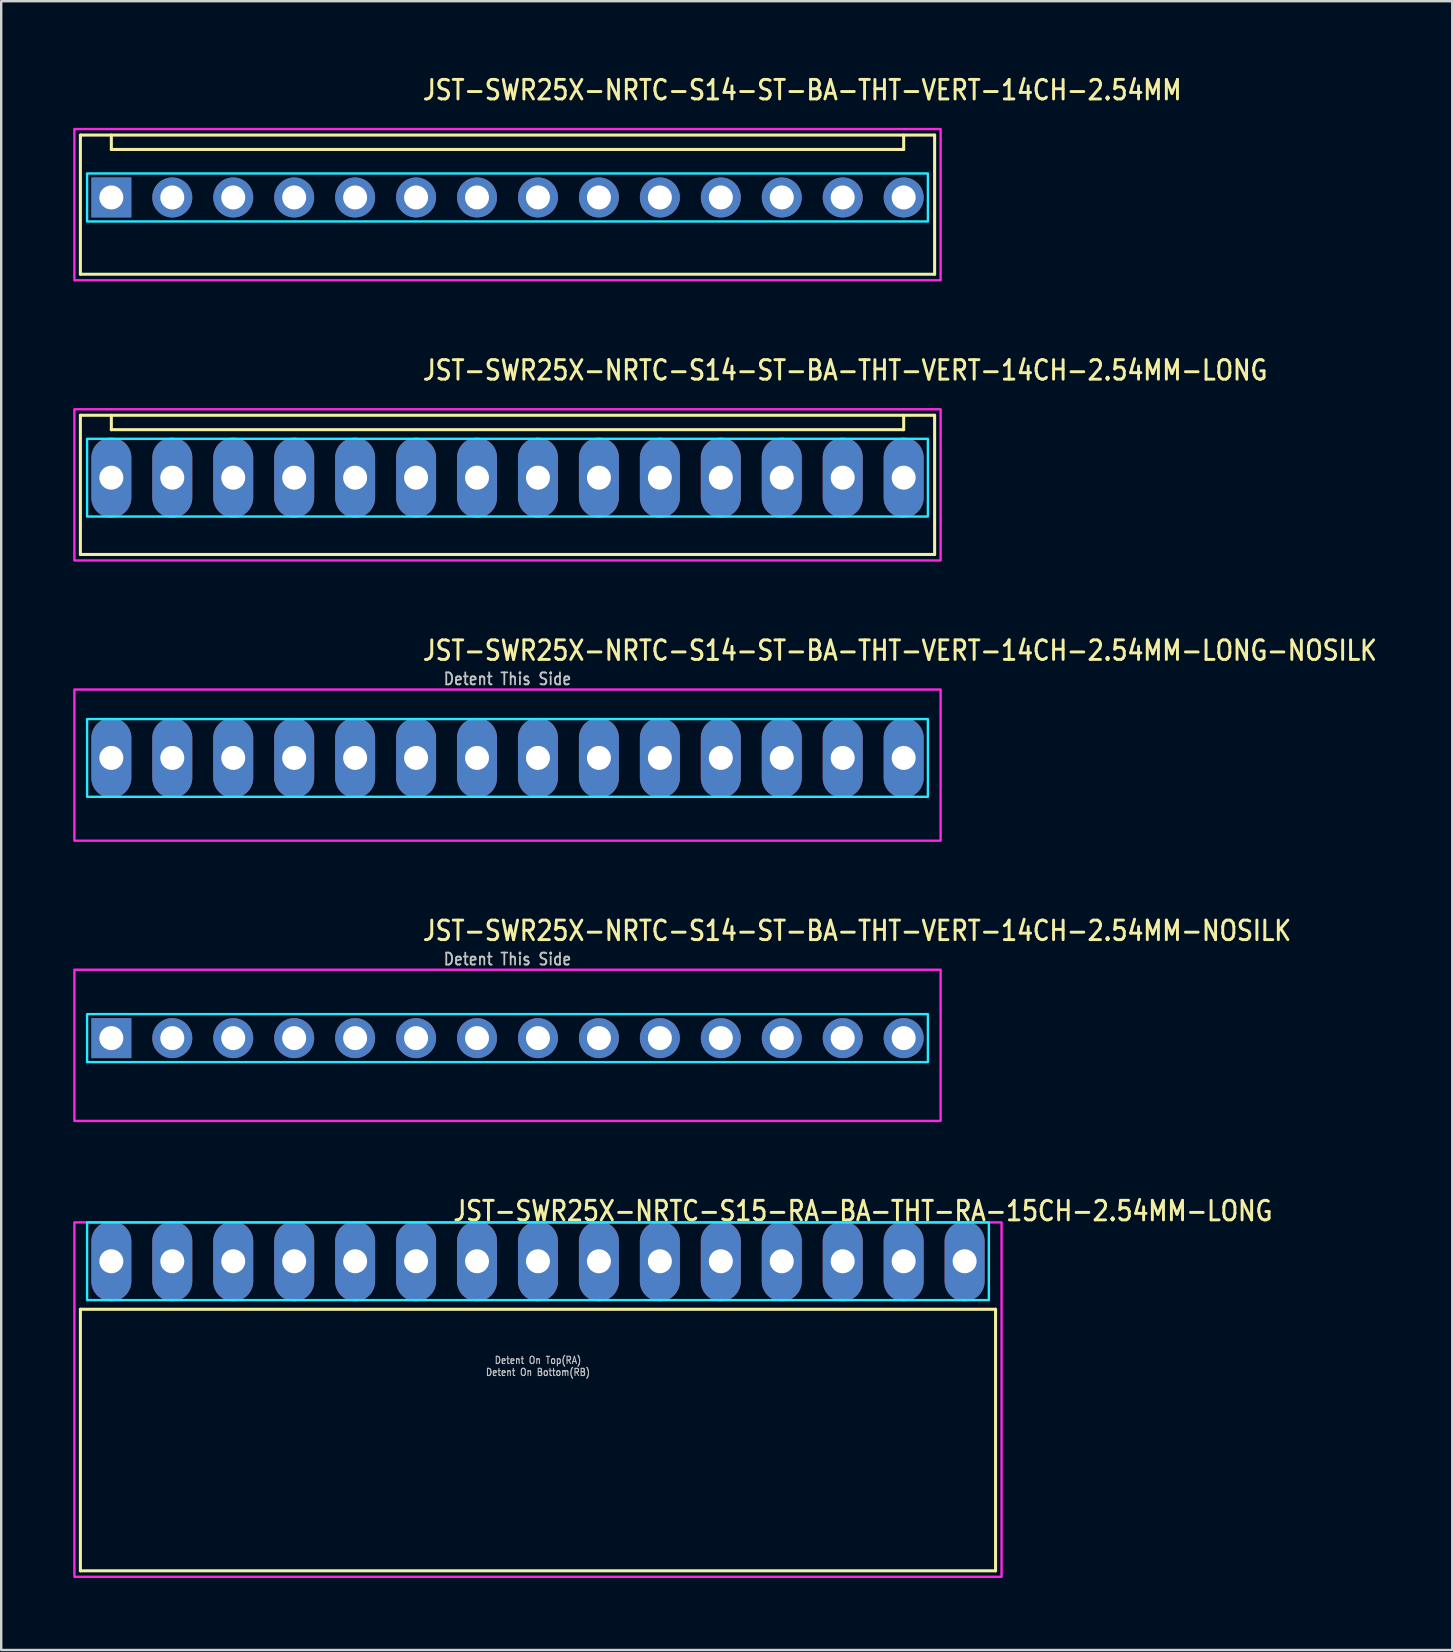
<source format=kicad_pcb>
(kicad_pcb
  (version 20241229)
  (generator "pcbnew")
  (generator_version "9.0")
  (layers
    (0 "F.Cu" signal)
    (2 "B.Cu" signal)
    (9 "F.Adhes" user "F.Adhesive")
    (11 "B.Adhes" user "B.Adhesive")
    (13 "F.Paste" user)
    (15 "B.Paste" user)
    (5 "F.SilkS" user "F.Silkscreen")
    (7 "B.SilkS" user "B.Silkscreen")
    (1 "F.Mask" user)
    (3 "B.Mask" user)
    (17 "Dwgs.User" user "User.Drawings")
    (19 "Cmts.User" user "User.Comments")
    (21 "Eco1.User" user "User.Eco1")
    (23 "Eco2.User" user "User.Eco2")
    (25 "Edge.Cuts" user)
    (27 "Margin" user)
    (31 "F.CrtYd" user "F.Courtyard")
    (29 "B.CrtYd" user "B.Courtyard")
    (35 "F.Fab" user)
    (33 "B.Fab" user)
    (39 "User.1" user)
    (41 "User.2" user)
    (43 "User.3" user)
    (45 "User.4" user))
  (footprint "JST-SWR25X-NRTC-S14-ST-BA-THT-VERT-14CH-2.54MM-NOSILK"
    (layer "F.Cu")
    (at 18.1 40.214)
    (property "Reference" "JST-SWR25X-NRTC-S14-ST-BA-THT-VERT-14CH-2.54MM-NOSILK" (at -3.6 -4 0) (unlocked yes) (layer "F.SilkS") (effects (font (size 0.813 0.695) (thickness 0.122)) (justify left bottom)))
    (fp_poly (pts (xy -17.52 -1) (xy -17.52 1) (xy 17.52 1) (xy 17.52 -1)) (stroke (width 0.1) (type solid)) (fill no) (layer "B.CrtYd"))
    (fp_poly (pts (xy -18.05 -2.85) (xy -18.05 3.45) (xy 18.05 3.45) (xy 18.05 -2.85)) (stroke (width 0.1) (type solid)) (fill no) (layer "F.CrtYd"))
    (fp_text user "Detent This Side" (at 0 -3 0) (unlocked yes) (layer "Dwgs.User") (effects (font (size 0.5 0.427) (thickness 0.075)) (justify bottom)))
    (pad "P$1" thru_hole rect (at -16.51 0) (size 1.667 1.667) (drill 1) (layers "*.Cu" "*.Mask"))
    (pad "P$2" thru_hole oval (at -13.97 0) (size 1.667 1.667) (drill 1) (layers "*.Cu" "*.Mask"))
    (pad "P$3" thru_hole oval (at -11.43 0) (size 1.667 1.667) (drill 1) (layers "*.Cu" "*.Mask"))
    (pad "P$4" thru_hole oval (at -8.89 0) (size 1.667 1.667) (drill 1) (layers "*.Cu" "*.Mask"))
    (pad "P$5" thru_hole oval (at -6.35 0) (size 1.667 1.667) (drill 1) (layers "*.Cu" "*.Mask"))
    (pad "P$6" thru_hole oval (at -3.81 0) (size 1.667 1.667) (drill 1) (layers "*.Cu" "*.Mask"))
    (pad "P$7" thru_hole oval (at -1.27 0) (size 1.667 1.667) (drill 1) (layers "*.Cu" "*.Mask"))
    (pad "P$8" thru_hole oval (at 1.27 0) (size 1.667 1.667) (drill 1) (layers "*.Cu" "*.Mask"))
    (pad "P$9" thru_hole oval (at 3.81 0) (size 1.667 1.667) (drill 1) (layers "*.Cu" "*.Mask"))
    (pad "P$10" thru_hole oval (at 6.35 0) (size 1.667 1.667) (drill 1) (layers "*.Cu" "*.Mask"))
    (pad "P$11" thru_hole oval (at 8.89 0) (size 1.667 1.667) (drill 1) (layers "*.Cu" "*.Mask"))
    (pad "P$12" thru_hole oval (at 11.43 0) (size 1.667 1.667) (drill 1) (layers "*.Cu" "*.Mask"))
    (pad "P$13" thru_hole oval (at 13.97 0) (size 1.667 1.667) (drill 1) (layers "*.Cu" "*.Mask"))
    (pad "P$14" thru_hole oval (at 16.51 0) (size 1.667 1.667) (drill 1) (layers "*.Cu" "*.Mask")))
  (footprint "JST-SWR25X-NRTC-S14-ST-BA-THT-VERT-14CH-2.54MM"
    (layer "F.Cu")
    (at 18.1 5.179)
    (property "Reference" "JST-SWR25X-NRTC-S14-ST-BA-THT-VERT-14CH-2.54MM" (at -3.6 -4 0) (unlocked yes) (layer "F.SilkS") (effects (font (size 0.813 0.695) (thickness 0.122)) (justify left bottom)))
    (fp_line (start -17.8 -2.6) (end 17.8 -2.6) (stroke (width 0.127) (type solid)) (layer "F.SilkS"))
    (fp_line (start -17.8 3.2) (end -17.8 -2.6) (stroke (width 0.127) (type solid)) (layer "F.SilkS"))
    (fp_line (start -17.8 3.2) (end 17.8 3.2) (stroke (width 0.127) (type solid)) (layer "F.SilkS"))
    (fp_line (start -16.51 -2.6) (end -16.51 -2) (stroke (width 0.127) (type solid)) (layer "F.SilkS"))
    (fp_line (start -16.51 -2) (end 16.51 -2) (stroke (width 0.127) (type solid)) (layer "F.SilkS"))
    (fp_line (start 16.51 -2.6) (end 16.51 -2) (stroke (width 0.127) (type solid)) (layer "F.SilkS"))
    (fp_line (start 17.8 -2.6) (end 17.8 3.2) (stroke (width 0.127) (type solid)) (layer "F.SilkS"))
    (fp_poly (pts (xy -17.52 -1) (xy -17.52 1) (xy 17.52 1) (xy 17.52 -1)) (stroke (width 0.1) (type solid)) (fill no) (layer "B.CrtYd"))
    (fp_poly (pts (xy -18.05 -2.85) (xy -18.05 3.45) (xy 18.05 3.45) (xy 18.05 -2.85)) (stroke (width 0.1) (type solid)) (fill no) (layer "F.CrtYd"))
    (pad "1" thru_hole rect (at -16.51 0) (size 1.667 1.667) (drill 1) (layers "*.Cu" "*.Mask"))
    (pad "2" thru_hole oval (at -13.97 0) (size 1.667 1.667) (drill 1) (layers "*.Cu" "*.Mask"))
    (pad "3" thru_hole oval (at -11.43 0) (size 1.667 1.667) (drill 1) (layers "*.Cu" "*.Mask"))
    (pad "4" thru_hole oval (at -8.89 0) (size 1.667 1.667) (drill 1) (layers "*.Cu" "*.Mask"))
    (pad "5" thru_hole oval (at -6.35 0) (size 1.667 1.667) (drill 1) (layers "*.Cu" "*.Mask"))
    (pad "6" thru_hole oval (at -3.81 0) (size 1.667 1.667) (drill 1) (layers "*.Cu" "*.Mask"))
    (pad "7" thru_hole oval (at -1.27 0) (size 1.667 1.667) (drill 1) (layers "*.Cu" "*.Mask"))
    (pad "8" thru_hole oval (at 1.27 0) (size 1.667 1.667) (drill 1) (layers "*.Cu" "*.Mask"))
    (pad "9" thru_hole oval (at 3.81 0) (size 1.667 1.667) (drill 1) (layers "*.Cu" "*.Mask"))
    (pad "10" thru_hole oval (at 6.35 0) (size 1.667 1.667) (drill 1) (layers "*.Cu" "*.Mask"))
    (pad "11" thru_hole oval (at 8.89 0) (size 1.667 1.667) (drill 1) (layers "*.Cu" "*.Mask"))
    (pad "12" thru_hole oval (at 11.43 0) (size 1.667 1.667) (drill 1) (layers "*.Cu" "*.Mask"))
    (pad "13" thru_hole oval (at 13.97 0) (size 1.667 1.667) (drill 1) (layers "*.Cu" "*.Mask"))
    (pad "14" thru_hole oval (at 16.51 0) (size 1.667 1.667) (drill 1) (layers "*.Cu" "*.Mask")))
  (footprint "JST-SWR25X-NRTC-S14-ST-BA-THT-VERT-14CH-2.54MM-LONG-NOSILK"
    (layer "F.Cu")
    (at 18.1 28.536)
    (property "Reference" "JST-SWR25X-NRTC-S14-ST-BA-THT-VERT-14CH-2.54MM-LONG-NOSILK" (at -3.6 -4 0) (unlocked yes) (layer "F.SilkS") (effects (font (size 0.813 0.695) (thickness 0.122)) (justify left bottom)))
    (fp_poly (pts (xy -17.52 -1.62) (xy -17.52 1.62) (xy 17.52 1.62) (xy 17.52 -1.62)) (stroke (width 0.1) (type solid)) (fill no) (layer "B.CrtYd"))
    (fp_poly (pts (xy -18.05 -2.85) (xy -18.05 3.45) (xy 18.05 3.45) (xy 18.05 -2.85)) (stroke (width 0.1) (type solid)) (fill no) (layer "F.CrtYd"))
    (fp_text user "Detent This Side" (at 0 -3 0) (unlocked yes) (layer "Dwgs.User") (effects (font (size 0.5 0.427) (thickness 0.075)) (justify bottom)))
    (pad "1" thru_hole oval (at -16.51 0 90) (size 3.333 1.667) (drill 1) (layers "*.Cu" "*.Mask"))
    (pad "2" thru_hole oval (at -13.97 0 90) (size 3.333 1.667) (drill 1) (layers "*.Cu" "*.Mask"))
    (pad "3" thru_hole oval (at -11.43 0 90) (size 3.333 1.667) (drill 1) (layers "*.Cu" "*.Mask"))
    (pad "4" thru_hole oval (at -8.89 0 90) (size 3.333 1.667) (drill 1) (layers "*.Cu" "*.Mask"))
    (pad "5" thru_hole oval (at -6.35 0 90) (size 3.333 1.667) (drill 1) (layers "*.Cu" "*.Mask"))
    (pad "6" thru_hole oval (at -3.81 0 90) (size 3.333 1.667) (drill 1) (layers "*.Cu" "*.Mask"))
    (pad "7" thru_hole oval (at -1.27 0 90) (size 3.333 1.667) (drill 1) (layers "*.Cu" "*.Mask"))
    (pad "8" thru_hole oval (at 1.27 0 90) (size 3.333 1.667) (drill 1) (layers "*.Cu" "*.Mask"))
    (pad "9" thru_hole oval (at 3.81 0 90) (size 3.333 1.667) (drill 1) (layers "*.Cu" "*.Mask"))
    (pad "10" thru_hole oval (at 6.35 0 90) (size 3.333 1.667) (drill 1) (layers "*.Cu" "*.Mask"))
    (pad "11" thru_hole oval (at 8.89 0 90) (size 3.333 1.667) (drill 1) (layers "*.Cu" "*.Mask"))
    (pad "12" thru_hole oval (at 11.43 0 90) (size 3.333 1.667) (drill 1) (layers "*.Cu" "*.Mask"))
    (pad "13" thru_hole oval (at 13.97 0 90) (size 3.333 1.667) (drill 1) (layers "*.Cu" "*.Mask"))
    (pad "14" thru_hole oval (at 16.51 0 90) (size 3.333 1.667) (drill 1) (layers "*.Cu" "*.Mask")))
  (footprint "JST-SWR25X-NRTC-S15-RA-BA-THT-RA-15CH-2.54MM-LONG"
    (layer "F.Cu")
    (at 19.37 49.513)
    (property "Reference" "JST-SWR25X-NRTC-S15-RA-BA-THT-RA-15CH-2.54MM-LONG" (at -3.6 -1.62 0) (unlocked yes) (layer "F.SilkS") (effects (font (size 0.813 0.695) (thickness 0.122)) (justify left bottom)))
    (fp_line (start -19.07 2) (end 19.07 2) (stroke (width 0.127) (type solid)) (layer "F.SilkS"))
    (fp_line (start -19.07 12.9) (end -19.07 2) (stroke (width 0.127) (type solid)) (layer "F.SilkS"))
    (fp_line (start -19.07 12.9) (end 19.07 12.9) (stroke (width 0.127) (type solid)) (layer "F.SilkS"))
    (fp_line (start 19.07 2) (end 19.07 12.9) (stroke (width 0.127) (type solid)) (layer "F.SilkS"))
    (fp_poly (pts (xy -18.79 -1.62) (xy -18.79 1.62) (xy 18.79 1.62) (xy 18.79 -1.62)) (stroke (width 0.1) (type solid)) (fill no) (layer "B.CrtYd"))
    (fp_poly (pts (xy -19.32 -1.62) (xy -19.32 13.15) (xy 19.32 13.15) (xy 19.32 -1.62)) (stroke (width 0.1) (type solid)) (fill no) (layer "F.CrtYd"))
    (fp_text user "Detent On Top(RA)" (at 0 4.3 0) (unlocked yes) (layer "Dwgs.User") (effects (font (size 0.3 0.257) (thickness 0.045)) (justify bottom)))
    (fp_text user "Detent On Bottom(RB)" (at 0 4.8 0) (unlocked yes) (layer "Dwgs.User") (effects (font (size 0.3 0.257) (thickness 0.045)) (justify bottom)))
    (pad "1" thru_hole oval (at -17.78 0 90) (size 3.333 1.667) (drill 1) (layers "*.Cu" "*.Mask"))
    (pad "2" thru_hole oval (at -15.24 0 90) (size 3.333 1.667) (drill 1) (layers "*.Cu" "*.Mask"))
    (pad "3" thru_hole oval (at -12.7 0 90) (size 3.333 1.667) (drill 1) (layers "*.Cu" "*.Mask"))
    (pad "4" thru_hole oval (at -10.16 0 90) (size 3.333 1.667) (drill 1) (layers "*.Cu" "*.Mask"))
    (pad "5" thru_hole oval (at -7.62 0 90) (size 3.333 1.667) (drill 1) (layers "*.Cu" "*.Mask"))
    (pad "6" thru_hole oval (at -5.08 0 90) (size 3.333 1.667) (drill 1) (layers "*.Cu" "*.Mask"))
    (pad "7" thru_hole oval (at -2.54 0 90) (size 3.333 1.667) (drill 1) (layers "*.Cu" "*.Mask"))
    (pad "8" thru_hole oval (at 0 0 90) (size 3.333 1.667) (drill 1) (layers "*.Cu" "*.Mask"))
    (pad "9" thru_hole oval (at 2.54 0 90) (size 3.333 1.667) (drill 1) (layers "*.Cu" "*.Mask"))
    (pad "10" thru_hole oval (at 5.08 0 90) (size 3.333 1.667) (drill 1) (layers "*.Cu" "*.Mask"))
    (pad "11" thru_hole oval (at 7.62 0 90) (size 3.333 1.667) (drill 1) (layers "*.Cu" "*.Mask"))
    (pad "12" thru_hole oval (at 10.16 0 90) (size 3.333 1.667) (drill 1) (layers "*.Cu" "*.Mask"))
    (pad "13" thru_hole oval (at 12.7 0 90) (size 3.333 1.667) (drill 1) (layers "*.Cu" "*.Mask"))
    (pad "14" thru_hole oval (at 15.24 0 90) (size 3.333 1.667) (drill 1) (layers "*.Cu" "*.Mask"))
    (pad "15" thru_hole oval (at 17.78 0 90) (size 3.333 1.667) (drill 1) (layers "*.Cu" "*.Mask")))
  (footprint "JST-SWR25X-NRTC-S14-ST-BA-THT-VERT-14CH-2.54MM-LONG"
    (layer "F.Cu")
    (at 18.1 16.857)
    (property "Reference" "JST-SWR25X-NRTC-S14-ST-BA-THT-VERT-14CH-2.54MM-LONG" (at -3.6 -4 0) (unlocked yes) (layer "F.SilkS") (effects (font (size 0.813 0.695) (thickness 0.122)) (justify left bottom)))
    (fp_line (start -17.8 -2.6) (end 17.8 -2.6) (stroke (width 0.127) (type solid)) (layer "F.SilkS"))
    (fp_line (start -17.8 3.2) (end -17.8 -2.6) (stroke (width 0.127) (type solid)) (layer "F.SilkS"))
    (fp_line (start -17.8 3.2) (end 17.8 3.2) (stroke (width 0.127) (type solid)) (layer "F.SilkS"))
    (fp_line (start -16.51 -2.6) (end -16.51 -2) (stroke (width 0.127) (type solid)) (layer "F.SilkS"))
    (fp_line (start -16.51 -2) (end 16.51 -2) (stroke (width 0.127) (type solid)) (layer "F.SilkS"))
    (fp_line (start 16.51 -2.6) (end 16.51 -2) (stroke (width 0.127) (type solid)) (layer "F.SilkS"))
    (fp_line (start 17.8 -2.6) (end 17.8 3.2) (stroke (width 0.127) (type solid)) (layer "F.SilkS"))
    (fp_poly (pts (xy -17.52 -1.62) (xy -17.52 1.62) (xy 17.52 1.62) (xy 17.52 -1.62)) (stroke (width 0.1) (type solid)) (fill no) (layer "B.CrtYd"))
    (fp_poly (pts (xy -18.05 -2.85) (xy -18.05 3.45) (xy 18.05 3.45) (xy 18.05 -2.85)) (stroke (width 0.1) (type solid)) (fill no) (layer "F.CrtYd"))
    (pad "P$1" thru_hole oval (at -16.51 0 90) (size 3.333 1.667) (drill 1) (layers "*.Cu" "*.Mask"))
    (pad "P$2" thru_hole oval (at -13.97 0 90) (size 3.333 1.667) (drill 1) (layers "*.Cu" "*.Mask"))
    (pad "P$3" thru_hole oval (at -11.43 0 90) (size 3.333 1.667) (drill 1) (layers "*.Cu" "*.Mask"))
    (pad "P$4" thru_hole oval (at -8.89 0 90) (size 3.333 1.667) (drill 1) (layers "*.Cu" "*.Mask"))
    (pad "P$5" thru_hole oval (at -6.35 0 90) (size 3.333 1.667) (drill 1) (layers "*.Cu" "*.Mask"))
    (pad "P$6" thru_hole oval (at -3.81 0 90) (size 3.333 1.667) (drill 1) (layers "*.Cu" "*.Mask"))
    (pad "P$7" thru_hole oval (at -1.27 0 90) (size 3.333 1.667) (drill 1) (layers "*.Cu" "*.Mask"))
    (pad "P$8" thru_hole oval (at 1.27 0 90) (size 3.333 1.667) (drill 1) (layers "*.Cu" "*.Mask"))
    (pad "P$9" thru_hole oval (at 3.81 0 90) (size 3.333 1.667) (drill 1) (layers "*.Cu" "*.Mask"))
    (pad "P$10" thru_hole oval (at 6.35 0 90) (size 3.333 1.667) (drill 1) (layers "*.Cu" "*.Mask"))
    (pad "P$11" thru_hole oval (at 8.89 0 90) (size 3.333 1.667) (drill 1) (layers "*.Cu" "*.Mask"))
    (pad "P$12" thru_hole oval (at 11.43 0 90) (size 3.333 1.667) (drill 1) (layers "*.Cu" "*.Mask"))
    (pad "P$13" thru_hole oval (at 13.97 0 90) (size 3.333 1.667) (drill 1) (layers "*.Cu" "*.Mask"))
    (pad "P$14" thru_hole oval (at 16.51 0 90) (size 3.333 1.667) (drill 1) (layers "*.Cu" "*.Mask")))
  (gr_rect
    (start -3 -3)
    (end 57.471 65.713)
    (stroke (width 0.1) (type default))
    (fill no)
    (layer "Edge.Cuts")))
</source>
